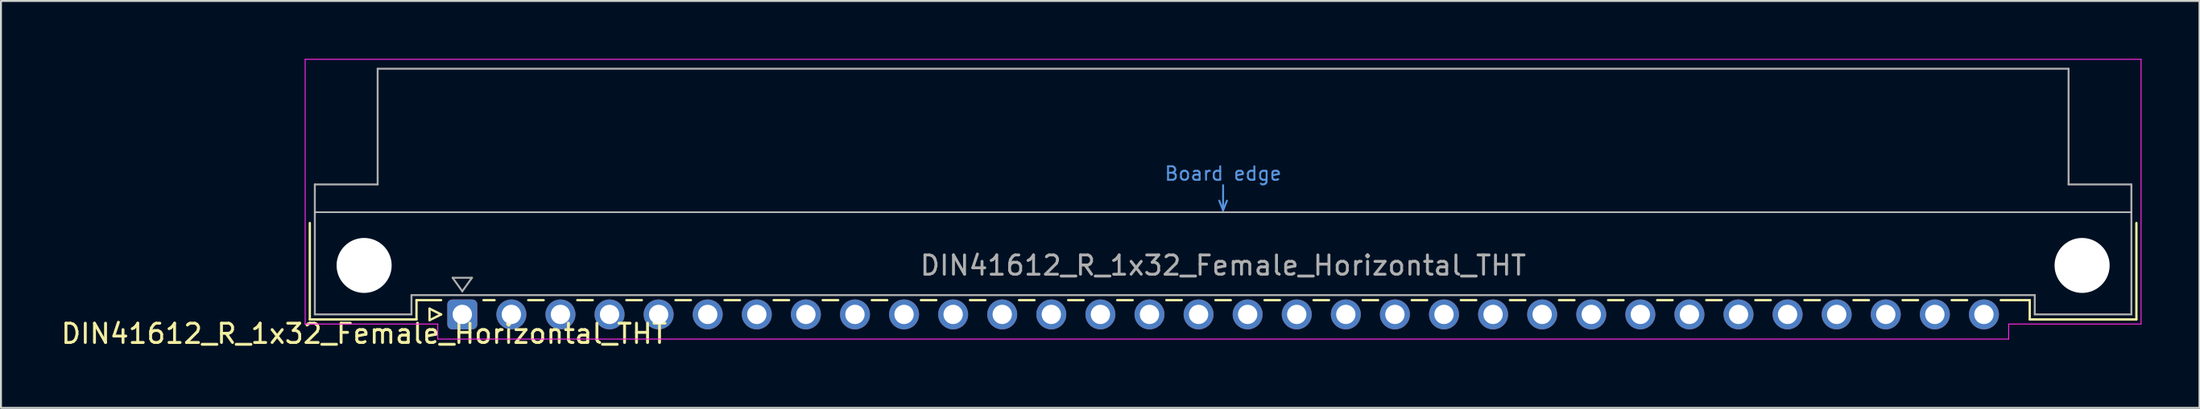
<source format=kicad_pcb>
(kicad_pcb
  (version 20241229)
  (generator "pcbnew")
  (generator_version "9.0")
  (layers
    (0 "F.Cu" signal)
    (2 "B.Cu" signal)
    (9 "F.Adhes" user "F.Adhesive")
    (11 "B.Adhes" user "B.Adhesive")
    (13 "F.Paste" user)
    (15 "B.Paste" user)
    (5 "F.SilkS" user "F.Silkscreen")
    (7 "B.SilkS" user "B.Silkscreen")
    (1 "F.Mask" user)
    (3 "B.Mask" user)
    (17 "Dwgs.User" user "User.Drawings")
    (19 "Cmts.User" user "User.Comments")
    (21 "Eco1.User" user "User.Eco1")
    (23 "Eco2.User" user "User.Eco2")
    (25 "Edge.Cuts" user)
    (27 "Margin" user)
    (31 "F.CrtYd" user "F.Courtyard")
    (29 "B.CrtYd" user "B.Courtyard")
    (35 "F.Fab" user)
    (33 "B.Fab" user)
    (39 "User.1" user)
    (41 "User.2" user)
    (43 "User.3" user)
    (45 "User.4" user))
  (footprint "DIN41612_R_1x32_Female_Horizontal_THT"
    (layer "F.Cu")
    (at 20.872 13.255)
    (property "Reference" "DIN41612_R_1x32_Female_Horizontal_THT" (at -5.08 1 0) (layer "F.SilkS") (effects (font (size 1 1) (thickness 0.15))))
    (attr through_hole)
    (fp_line (start -7.89 -4.74) (end -7.89 0.26) (stroke (width 0.12) (type solid)) (layer "F.SilkS"))
    (fp_line (start -7.89 0.26) (end -2.37 0.26) (stroke (width 0.12) (type solid)) (layer "F.SilkS"))
    (fp_line (start -2.371 -0.74) (end -1.095 -0.74) (stroke (width 0.12) (type solid)) (layer "F.SilkS"))
    (fp_line (start -2.37 0.26) (end -2.37 -0.74) (stroke (width 0.12) (type solid)) (layer "F.SilkS"))
    (fp_line (start -1.695 -0.3) (end -1.695 0.3) (stroke (width 0.12) (type solid)) (layer "F.SilkS"))
    (fp_line (start -1.695 0.3) (end -1.095 0) (stroke (width 0.12) (type solid)) (layer "F.SilkS"))
    (fp_line (start -1.095 0) (end -1.695 -0.3) (stroke (width 0.12) (type solid)) (layer "F.SilkS"))
    (fp_line (start 1.095 -0.74) (end 1.671 -0.74) (stroke (width 0.12) (type solid)) (layer "F.SilkS"))
    (fp_line (start 3.41 -0.74) (end 4.211 -0.74) (stroke (width 0.12) (type solid)) (layer "F.SilkS"))
    (fp_line (start 5.95 -0.74) (end 6.751 -0.74) (stroke (width 0.12) (type solid)) (layer "F.SilkS"))
    (fp_line (start 8.49 -0.74) (end 9.291 -0.74) (stroke (width 0.12) (type solid)) (layer "F.SilkS"))
    (fp_line (start 11.03 -0.74) (end 11.831 -0.74) (stroke (width 0.12) (type solid)) (layer "F.SilkS"))
    (fp_line (start 13.57 -0.74) (end 14.371 -0.74) (stroke (width 0.12) (type solid)) (layer "F.SilkS"))
    (fp_line (start 16.11 -0.74) (end 16.911 -0.74) (stroke (width 0.12) (type solid)) (layer "F.SilkS"))
    (fp_line (start 18.65 -0.74) (end 19.451 -0.74) (stroke (width 0.12) (type solid)) (layer "F.SilkS"))
    (fp_line (start 21.19 -0.74) (end 21.991 -0.74) (stroke (width 0.12) (type solid)) (layer "F.SilkS"))
    (fp_line (start 23.73 -0.74) (end 24.531 -0.74) (stroke (width 0.12) (type solid)) (layer "F.SilkS"))
    (fp_line (start 26.27 -0.74) (end 27.071 -0.74) (stroke (width 0.12) (type solid)) (layer "F.SilkS"))
    (fp_line (start 28.81 -0.74) (end 29.611 -0.74) (stroke (width 0.12) (type solid)) (layer "F.SilkS"))
    (fp_line (start 31.35 -0.74) (end 32.151 -0.74) (stroke (width 0.12) (type solid)) (layer "F.SilkS"))
    (fp_line (start 33.89 -0.74) (end 34.691 -0.74) (stroke (width 0.12) (type solid)) (layer "F.SilkS"))
    (fp_line (start 36.43 -0.74) (end 37.231 -0.74) (stroke (width 0.12) (type solid)) (layer "F.SilkS"))
    (fp_line (start 38.97 -0.74) (end 39.771 -0.74) (stroke (width 0.12) (type solid)) (layer "F.SilkS"))
    (fp_line (start 41.51 -0.74) (end 42.311 -0.74) (stroke (width 0.12) (type solid)) (layer "F.SilkS"))
    (fp_line (start 44.05 -0.74) (end 44.851 -0.74) (stroke (width 0.12) (type solid)) (layer "F.SilkS"))
    (fp_line (start 46.59 -0.74) (end 47.391 -0.74) (stroke (width 0.12) (type solid)) (layer "F.SilkS"))
    (fp_line (start 49.13 -0.74) (end 49.931 -0.74) (stroke (width 0.12) (type solid)) (layer "F.SilkS"))
    (fp_line (start 51.67 -0.74) (end 52.471 -0.74) (stroke (width 0.12) (type solid)) (layer "F.SilkS"))
    (fp_line (start 54.21 -0.74) (end 55.011 -0.74) (stroke (width 0.12) (type solid)) (layer "F.SilkS"))
    (fp_line (start 56.75 -0.74) (end 57.551 -0.74) (stroke (width 0.12) (type solid)) (layer "F.SilkS"))
    (fp_line (start 59.29 -0.74) (end 60.091 -0.74) (stroke (width 0.12) (type solid)) (layer "F.SilkS"))
    (fp_line (start 61.83 -0.74) (end 62.631 -0.74) (stroke (width 0.12) (type solid)) (layer "F.SilkS"))
    (fp_line (start 64.37 -0.74) (end 65.171 -0.74) (stroke (width 0.12) (type solid)) (layer "F.SilkS"))
    (fp_line (start 66.91 -0.74) (end 67.711 -0.74) (stroke (width 0.12) (type solid)) (layer "F.SilkS"))
    (fp_line (start 69.45 -0.74) (end 70.251 -0.74) (stroke (width 0.12) (type solid)) (layer "F.SilkS"))
    (fp_line (start 71.99 -0.74) (end 72.791 -0.74) (stroke (width 0.12) (type solid)) (layer "F.SilkS"))
    (fp_line (start 74.53 -0.74) (end 75.331 -0.74) (stroke (width 0.12) (type solid)) (layer "F.SilkS"))
    (fp_line (start 77.07 -0.74) (end 77.871 -0.74) (stroke (width 0.12) (type solid)) (layer "F.SilkS"))
    (fp_line (start 79.61 -0.74) (end 81.11 -0.74) (stroke (width 0.12) (type solid)) (layer "F.SilkS"))
    (fp_line (start 81.11 0.26) (end 81.11 -0.74) (stroke (width 0.12) (type solid)) (layer "F.SilkS"))
    (fp_line (start 86.63 -4.74) (end 86.63 0.26) (stroke (width 0.12) (type solid)) (layer "F.SilkS"))
    (fp_line (start 86.63 0.26) (end 81.11 0.26) (stroke (width 0.12) (type solid)) (layer "F.SilkS"))
    (fp_line (start -7.63 -5.3) (end 86.37 -5.3) (stroke (width 0.08) (type solid)) (layer "Dwgs.User"))
    (fp_line (start 39.17 -5.9) (end 39.37 -5.4) (stroke (width 0.1) (type solid)) (layer "Cmts.User"))
    (fp_line (start 39.37 -5.4) (end 39.37 -6.7) (stroke (width 0.1) (type solid)) (layer "Cmts.User"))
    (fp_line (start 39.37 -5.4) (end 39.57 -5.9) (stroke (width 0.1) (type solid)) (layer "Cmts.User"))
    (fp_line (start -8.13 -13.23) (end -8.13 0.5) (stroke (width 0.05) (type solid)) (layer "F.CrtYd"))
    (fp_line (start -8.13 0.5) (end -1.27 0.5) (stroke (width 0.05) (type solid)) (layer "F.CrtYd"))
    (fp_line (start -1.27 0.5) (end -1.27 1.28) (stroke (width 0.05) (type solid)) (layer "F.CrtYd"))
    (fp_line (start -1.27 1.28) (end 80.02 1.28) (stroke (width 0.05) (type solid)) (layer "F.CrtYd"))
    (fp_line (start 80.02 0.5) (end 86.87 0.5) (stroke (width 0.05) (type solid)) (layer "F.CrtYd"))
    (fp_line (start 80.02 1.28) (end 80.02 0.5) (stroke (width 0.05) (type solid)) (layer "F.CrtYd"))
    (fp_line (start 86.87 -13.23) (end -8.13 -13.23) (stroke (width 0.05) (type solid)) (layer "F.CrtYd"))
    (fp_line (start 86.87 0.5) (end 86.87 -13.23) (stroke (width 0.05) (type solid)) (layer "F.CrtYd"))
    (fp_line (start -7.63 -6.74) (end -7.63 0) (stroke (width 0.1) (type solid)) (layer "F.Fab"))
    (fp_line (start -7.63 0) (end -2.63 0) (stroke (width 0.1) (type solid)) (layer "F.Fab"))
    (fp_line (start -4.38 -12.74) (end -4.38 -6.74) (stroke (width 0.1) (type solid)) (layer "F.Fab"))
    (fp_line (start -4.38 -6.74) (end -7.63 -6.74) (stroke (width 0.1) (type solid)) (layer "F.Fab"))
    (fp_line (start -2.63 -1) (end 81.37 -1) (stroke (width 0.1) (type solid)) (layer "F.Fab"))
    (fp_line (start -2.63 0) (end -2.63 -1) (stroke (width 0.1) (type solid)) (layer "F.Fab"))
    (fp_line (start -0.5 -1.9) (end 0.5 -1.9) (stroke (width 0.1) (type solid)) (layer "F.Fab"))
    (fp_line (start 0 -1.2) (end -0.5 -1.9) (stroke (width 0.1) (type solid)) (layer "F.Fab"))
    (fp_line (start 0.5 -1.9) (end 0 -1.2) (stroke (width 0.1) (type solid)) (layer "F.Fab"))
    (fp_line (start 81.37 -1) (end 81.37 0) (stroke (width 0.1) (type solid)) (layer "F.Fab"))
    (fp_line (start 81.37 0) (end 86.37 0) (stroke (width 0.1) (type solid)) (layer "F.Fab"))
    (fp_line (start 83.12 -12.74) (end -4.38 -12.74) (stroke (width 0.1) (type solid)) (layer "F.Fab"))
    (fp_line (start 83.12 -6.74) (end 83.12 -12.74) (stroke (width 0.1) (type solid)) (layer "F.Fab"))
    (fp_line (start 86.37 -6.74) (end 83.12 -6.74) (stroke (width 0.1) (type solid)) (layer "F.Fab"))
    (fp_line (start 86.37 0) (end 86.37 -6.74) (stroke (width 0.1) (type solid)) (layer "F.Fab"))
    (fp_text user "Board edge" (at 39.37 -7.3 0) (layer "Cmts.User") (effects (font (size 0.7 0.7) (thickness 0.1))))
    (fp_text user "${REFERENCE}" (at 39.37 -2.54 0) (layer "F.Fab") (effects (font (size 1 1) (thickness 0.15))))
    (pad "" np_thru_hole circle (at -5.08 -2.54) (size 2.85 2.85) (drill 2.85) (layers "*.Cu" "*.Mask"))
    (pad "" np_thru_hole circle (at 83.82 -2.54) (size 2.85 2.85) (drill 2.85) (layers "*.Cu" "*.Mask"))
    (pad "a1" thru_hole roundrect (at 0 0) (size 1.55 1.55) (drill 1) (layers "*.Cu" "*.Mask") (roundrect_rratio 0.161))
    (pad "a2" thru_hole circle (at 2.54 0) (size 1.55 1.55) (drill 1) (layers "*.Cu" "*.Mask"))
    (pad "a3" thru_hole circle (at 5.08 0) (size 1.55 1.55) (drill 1) (layers "*.Cu" "*.Mask"))
    (pad "a4" thru_hole circle (at 7.62 0) (size 1.55 1.55) (drill 1) (layers "*.Cu" "*.Mask"))
    (pad "a5" thru_hole circle (at 10.16 0) (size 1.55 1.55) (drill 1) (layers "*.Cu" "*.Mask"))
    (pad "a6" thru_hole circle (at 12.7 0) (size 1.55 1.55) (drill 1) (layers "*.Cu" "*.Mask"))
    (pad "a7" thru_hole circle (at 15.24 0) (size 1.55 1.55) (drill 1) (layers "*.Cu" "*.Mask"))
    (pad "a8" thru_hole circle (at 17.78 0) (size 1.55 1.55) (drill 1) (layers "*.Cu" "*.Mask"))
    (pad "a9" thru_hole circle (at 20.32 0) (size 1.55 1.55) (drill 1) (layers "*.Cu" "*.Mask"))
    (pad "a10" thru_hole circle (at 22.86 0) (size 1.55 1.55) (drill 1) (layers "*.Cu" "*.Mask"))
    (pad "a11" thru_hole circle (at 25.4 0) (size 1.55 1.55) (drill 1) (layers "*.Cu" "*.Mask"))
    (pad "a12" thru_hole circle (at 27.94 0) (size 1.55 1.55) (drill 1) (layers "*.Cu" "*.Mask"))
    (pad "a13" thru_hole circle (at 30.48 0) (size 1.55 1.55) (drill 1) (layers "*.Cu" "*.Mask"))
    (pad "a14" thru_hole circle (at 33.02 0) (size 1.55 1.55) (drill 1) (layers "*.Cu" "*.Mask"))
    (pad "a15" thru_hole circle (at 35.56 0) (size 1.55 1.55) (drill 1) (layers "*.Cu" "*.Mask"))
    (pad "a16" thru_hole circle (at 38.1 0) (size 1.55 1.55) (drill 1) (layers "*.Cu" "*.Mask"))
    (pad "a17" thru_hole circle (at 40.64 0) (size 1.55 1.55) (drill 1) (layers "*.Cu" "*.Mask"))
    (pad "a18" thru_hole circle (at 43.18 0) (size 1.55 1.55) (drill 1) (layers "*.Cu" "*.Mask"))
    (pad "a19" thru_hole circle (at 45.72 0) (size 1.55 1.55) (drill 1) (layers "*.Cu" "*.Mask"))
    (pad "a20" thru_hole circle (at 48.26 0) (size 1.55 1.55) (drill 1) (layers "*.Cu" "*.Mask"))
    (pad "a21" thru_hole circle (at 50.8 0) (size 1.55 1.55) (drill 1) (layers "*.Cu" "*.Mask"))
    (pad "a22" thru_hole circle (at 53.34 0) (size 1.55 1.55) (drill 1) (layers "*.Cu" "*.Mask"))
    (pad "a23" thru_hole circle (at 55.88 0) (size 1.55 1.55) (drill 1) (layers "*.Cu" "*.Mask"))
    (pad "a24" thru_hole circle (at 58.42 0) (size 1.55 1.55) (drill 1) (layers "*.Cu" "*.Mask"))
    (pad "a25" thru_hole circle (at 60.96 0) (size 1.55 1.55) (drill 1) (layers "*.Cu" "*.Mask"))
    (pad "a26" thru_hole circle (at 63.5 0) (size 1.55 1.55) (drill 1) (layers "*.Cu" "*.Mask"))
    (pad "a27" thru_hole circle (at 66.04 0) (size 1.55 1.55) (drill 1) (layers "*.Cu" "*.Mask"))
    (pad "a28" thru_hole circle (at 68.58 0) (size 1.55 1.55) (drill 1) (layers "*.Cu" "*.Mask"))
    (pad "a29" thru_hole circle (at 71.12 0) (size 1.55 1.55) (drill 1) (layers "*.Cu" "*.Mask"))
    (pad "a30" thru_hole circle (at 73.66 0) (size 1.55 1.55) (drill 1) (layers "*.Cu" "*.Mask"))
    (pad "a31" thru_hole circle (at 76.2 0) (size 1.55 1.55) (drill 1) (layers "*.Cu" "*.Mask"))
    (pad "a32" thru_hole circle (at 78.74 0) (size 1.55 1.55) (drill 1) (layers "*.Cu" "*.Mask")))
  (gr_rect
    (start -3 -3)
    (end 110.767 18.103)
    (stroke (width 0.1) (type default))
    (fill no)
    (layer "Edge.Cuts")))
</source>
